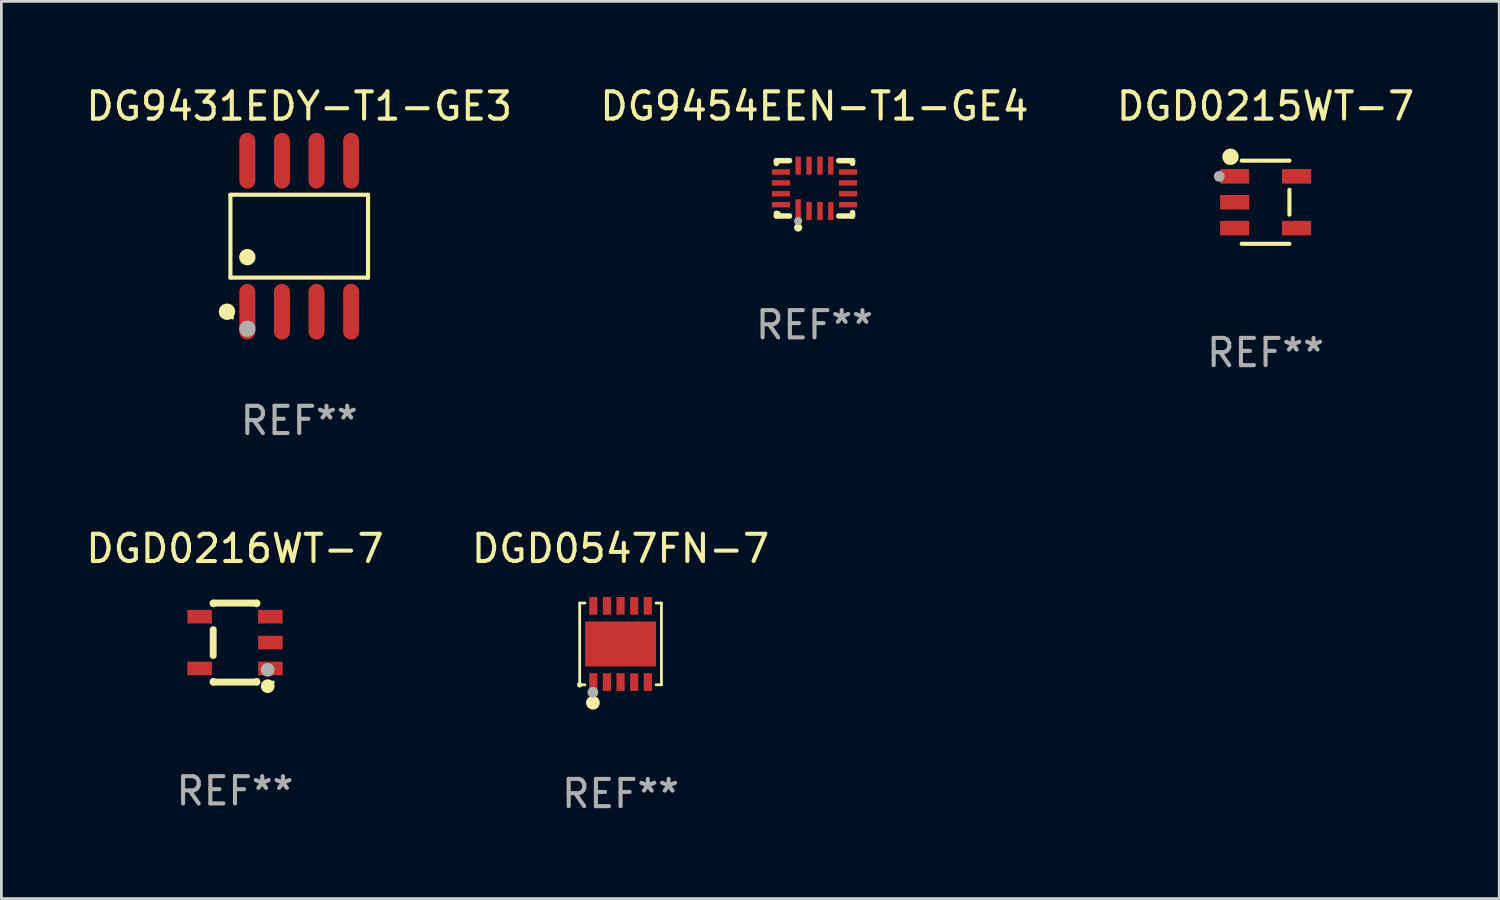
<source format=kicad_pcb>
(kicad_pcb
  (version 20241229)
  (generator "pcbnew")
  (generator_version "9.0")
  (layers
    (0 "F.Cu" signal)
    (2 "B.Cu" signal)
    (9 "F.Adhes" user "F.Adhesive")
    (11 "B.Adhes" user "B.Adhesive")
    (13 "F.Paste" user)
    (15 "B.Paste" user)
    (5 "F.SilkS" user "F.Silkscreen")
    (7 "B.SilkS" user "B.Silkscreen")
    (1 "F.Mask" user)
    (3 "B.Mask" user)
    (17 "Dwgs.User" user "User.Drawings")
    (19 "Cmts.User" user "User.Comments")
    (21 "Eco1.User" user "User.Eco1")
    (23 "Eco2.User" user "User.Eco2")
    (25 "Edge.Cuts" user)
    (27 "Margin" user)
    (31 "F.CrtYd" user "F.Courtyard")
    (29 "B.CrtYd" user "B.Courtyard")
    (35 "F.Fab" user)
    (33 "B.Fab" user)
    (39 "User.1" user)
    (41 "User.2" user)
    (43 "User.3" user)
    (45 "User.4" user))
  (footprint "DGD0547FN-7"
    (layer "F.Cu")
    (at 19.732 20.59)
    (property "Reference" "DGD0547FN-7" (at 0 -3.5 0) (layer "F.SilkS") (effects (font (size 1 1) (thickness 0.15))))
    (attr through_hole)
    (fp_line (start -1.5 -1.5) (end -1.305 -1.5) (stroke (width 0.102) (type solid)) (layer "F.SilkS"))
    (fp_line (start -1.5 1.5) (end -1.5 -1.5) (stroke (width 0.102) (type solid)) (layer "F.SilkS"))
    (fp_line (start -1.5 1.5) (end -1.305 1.5) (stroke (width 0.102) (type solid)) (layer "F.SilkS"))
    (fp_line (start 1.305 -1.5) (end 1.5 -1.5) (stroke (width 0.102) (type solid)) (layer "F.SilkS"))
    (fp_line (start 1.305 1.5) (end 1.5 1.5) (stroke (width 0.102) (type solid)) (layer "F.SilkS"))
    (fp_line (start 1.5 1.5) (end 1.5 -1.5) (stroke (width 0.102) (type solid)) (layer "F.SilkS"))
    (fp_circle (center -1.5 1.5) (end -1.45 1.5) (stroke (width 0.1) (type solid)) (fill no) (layer "F.SilkS"))
    (fp_circle (center -1.016 2.159) (end -0.889 2.159) (stroke (width 0.254) (type solid)) (fill no) (layer "F.SilkS"))
    (fp_circle (center -1.016 1.778) (end -0.916 1.778) (stroke (width 0.2) (type solid)) (fill no) (layer "F.Fab"))
    (fp_text user "REF**" (at 0 5.5 0) (layer "F.Fab") (effects (font (size 1 1) (thickness 0.15))))
    (pad "1" smd rect (at -1 1.4) (size 0.3 0.65) (layers "F.Cu" "F.Mask" "F.Paste"))
    (pad "2" smd rect (at -0.5 1.4) (size 0.3 0.65) (layers "F.Cu" "F.Mask" "F.Paste"))
    (pad "3" smd rect (at 0.000127 1.4) (size 0.3 0.65) (layers "F.Cu" "F.Mask" "F.Paste"))
    (pad "4" smd rect (at 0.5 1.4) (size 0.3 0.65) (layers "F.Cu" "F.Mask" "F.Paste"))
    (pad "5" smd rect (at 1 1.4) (size 0.3 0.65) (layers "F.Cu" "F.Mask" "F.Paste"))
    (pad "6" smd rect (at 1 -1.4) (size 0.3 0.65) (layers "F.Cu" "F.Mask" "F.Paste"))
    (pad "7" smd rect (at 0.5 -1.4) (size 0.3 0.65) (layers "F.Cu" "F.Mask" "F.Paste"))
    (pad "8" smd rect (at 0.000127 -1.4) (size 0.3 0.65) (layers "F.Cu" "F.Mask" "F.Paste"))
    (pad "9" smd rect (at -0.5 -1.4) (size 0.3 0.65) (layers "F.Cu" "F.Mask" "F.Paste"))
    (pad "10" smd rect (at -1 -1.4) (size 0.3 0.65) (layers "F.Cu" "F.Mask" "F.Paste"))
    (pad "11" smd rect (at 0.000381 0 90) (size 1.65 2.6) (layers "F.Cu" "F.Mask" "F.Paste")))
  (footprint "DGD0215WT-7"
    (layer "F.Cu")
    (at 43.411 4.374)
    (property "Reference" "DGD0215WT-7" (at 0 -3.526 0) (layer "F.SilkS") (effects (font (size 1 1) (thickness 0.15))))
    (attr through_hole)
    (fp_line (start -0.876 -1.526) (end 0.876 -1.526) (stroke (width 0.152) (type solid)) (layer "F.SilkS"))
    (fp_line (start -0.876 1.526) (end 0.876 1.526) (stroke (width 0.152) (type solid)) (layer "F.SilkS"))
    (fp_line (start 0.876 0.455) (end 0.876 -0.455) (stroke (width 0.152) (type solid)) (layer "F.SilkS"))
    (fp_circle (center -1.4 -1.45) (end -1.37 -1.45) (stroke (width 0.06) (type solid)) (fill no) (layer "F.SilkS"))
    (fp_circle (center -1.287 -1.668) (end -1.137 -1.668) (stroke (width 0.3) (type solid)) (fill no) (layer "F.SilkS"))
    (fp_circle (center -1.7 -0.95) (end -1.6 -0.95) (stroke (width 0.2) (type solid)) (fill no) (layer "F.Fab"))
    (fp_text user "REF**" (at 0 5.526 0) (layer "F.Fab") (effects (font (size 1 1) (thickness 0.15))))
    (pad "1" smd rect (at -1.135 -0.95 270) (size 0.532 1.07) (layers "F.Cu" "F.Mask" "F.Paste"))
    (pad "2" smd rect (at -1.135 0 270) (size 0.532 1.07) (layers "F.Cu" "F.Mask" "F.Paste"))
    (pad "3" smd rect (at -1.135 0.95 270) (size 0.532 1.07) (layers "F.Cu" "F.Mask" "F.Paste"))
    (pad "4" smd rect (at 1.135 0.95 270) (size 0.532 1.07) (layers "F.Cu" "F.Mask" "F.Paste"))
    (pad "5" smd rect (at 1.135 -0.95 270) (size 0.532 1.07) (layers "F.Cu" "F.Mask" "F.Paste")))
  (footprint "DG9431EDY-T1-GE3"
    (layer "F.Cu")
    (at 7.935 5.621)
    (property "Reference" "DG9431EDY-T1-GE3" (at 0 -4.772 0) (layer "F.SilkS") (effects (font (size 1 1) (thickness 0.15))))
    (attr through_hole)
    (fp_line (start -2.526 -1.521) (end 2.526 -1.521) (stroke (width 0.152) (type solid)) (layer "F.SilkS"))
    (fp_line (start -2.526 1.521) (end -2.526 -1.521) (stroke (width 0.152) (type solid)) (layer "F.SilkS"))
    (fp_line (start 2.526 -1.521) (end 2.526 1.521) (stroke (width 0.152) (type solid)) (layer "F.SilkS"))
    (fp_line (start 2.526 1.521) (end -2.526 1.521) (stroke (width 0.152) (type solid)) (layer "F.SilkS"))
    (fp_circle (center -2.652 2.772) (end -2.501 2.772) (stroke (width 0.3) (type solid)) (fill no) (layer "F.SilkS"))
    (fp_circle (center -2.45 3) (end -2.42 3) (stroke (width 0.06) (type solid)) (fill no) (layer "F.SilkS"))
    (fp_circle (center -1.905 0.769) (end -1.755 0.769) (stroke (width 0.3) (type solid)) (fill no) (layer "F.SilkS"))
    (fp_circle (center -1.905 3.4) (end -1.755 3.4) (stroke (width 0.3) (type solid)) (fill no) (layer "F.Fab"))
    (fp_text user "REF**" (at 0 6.772 0) (layer "F.Fab") (effects (font (size 1 1) (thickness 0.15))))
    (pad "1" smd oval (at -1.905 2.772) (size 0.588 2.045) (layers "F.Cu" "F.Mask" "F.Paste"))
    (pad "2" smd oval (at -0.635 2.772) (size 0.588 2.045) (layers "F.Cu" "F.Mask" "F.Paste"))
    (pad "3" smd oval (at 0.635 2.772) (size 0.588 2.045) (layers "F.Cu" "F.Mask" "F.Paste"))
    (pad "4" smd oval (at 1.905 2.772) (size 0.588 2.045) (layers "F.Cu" "F.Mask" "F.Paste"))
    (pad "5" smd oval (at 1.905 -2.772) (size 0.588 2.045) (layers "F.Cu" "F.Mask" "F.Paste"))
    (pad "6" smd oval (at 0.635 -2.772) (size 0.588 2.045) (layers "F.Cu" "F.Mask" "F.Paste"))
    (pad "7" smd oval (at -0.635 -2.772) (size 0.588 2.045) (layers "F.Cu" "F.Mask" "F.Paste"))
    (pad "8" smd oval (at -1.905 -2.772) (size 0.588 2.045) (layers "F.Cu" "F.Mask" "F.Paste")))
  (footprint "DGD0216WT-7"
    (layer "F.Cu")
    (at 5.577 20.54)
    (property "Reference" "DGD0216WT-7" (at 0 -3.45 0) (layer "F.SilkS") (effects (font (size 1 1) (thickness 0.15))))
    (attr through_hole)
    (fp_line (start -0.8 -1.45) (end -0.8 -1.426) (stroke (width 0.254) (type solid)) (layer "F.SilkS"))
    (fp_line (start -0.8 -0.474) (end -0.8 0.474) (stroke (width 0.254) (type solid)) (layer "F.SilkS"))
    (fp_line (start -0.8 1.426) (end -0.8 1.45) (stroke (width 0.254) (type solid)) (layer "F.SilkS"))
    (fp_line (start 0.8 -1.45) (end -0.8 -1.45) (stroke (width 0.254) (type solid)) (layer "F.SilkS"))
    (fp_line (start 0.8 -1.426) (end 0.8 -1.45) (stroke (width 0.254) (type solid)) (layer "F.SilkS"))
    (fp_line (start 0.8 1.45) (end -0.8 1.45) (stroke (width 0.254) (type solid)) (layer "F.SilkS"))
    (fp_line (start 0.8 1.45) (end 0.8 1.426) (stroke (width 0.254) (type solid)) (layer "F.SilkS"))
    (fp_circle (center 1.2 1.6) (end 1.327 1.6) (stroke (width 0.254) (type solid)) (fill no) (layer "F.SilkS"))
    (fp_circle (center 1.4 1.45) (end 1.43 1.45) (stroke (width 0.06) (type solid)) (fill no) (layer "F.SilkS"))
    (fp_circle (center 1.2 1) (end 1.327 1) (stroke (width 0.254) (type solid)) (fill no) (layer "F.Fab"))
    (fp_text user "REF**" (at 0 5.45 0) (layer "F.Fab") (effects (font (size 1 1) (thickness 0.15))))
    (pad "1" smd rect (at 1.3 0.95 90) (size 0.5 0.9) (layers "F.Cu" "F.Mask" "F.Paste"))
    (pad "2" smd rect (at 1.3 -0.000102 90) (size 0.5 0.9) (layers "F.Cu" "F.Mask" "F.Paste"))
    (pad "3" smd rect (at 1.3 -0.95 90) (size 0.5 0.9) (layers "F.Cu" "F.Mask" "F.Paste"))
    (pad "4" smd rect (at -1.3 -0.95 90) (size 0.5 0.9) (layers "F.Cu" "F.Mask" "F.Paste"))
    (pad "5" smd rect (at -1.3 0.95 90) (size 0.5 0.9) (layers "F.Cu" "F.Mask" "F.Paste")))
  (footprint "DG9454EEN-T1-GE4"
    (layer "F.Cu")
    (at 26.851 3.864)
    (property "Reference" "DG9454EEN-T1-GE4" (at 0 -3.016 0) (layer "F.SilkS") (effects (font (size 1 1) (thickness 0.15))))
    (attr through_hole)
    (fp_line (start -1.397 -1.016) (end -1.397 -0.916) (stroke (width 0.2) (type solid)) (layer "F.SilkS"))
    (fp_line (start -1.397 0.916) (end -1.397 1.016) (stroke (width 0.2) (type solid)) (layer "F.SilkS"))
    (fp_line (start -1.397 1.016) (end -0.916 1.016) (stroke (width 0.2) (type solid)) (layer "F.SilkS"))
    (fp_line (start -0.916 -1.016) (end -1.397 -1.016) (stroke (width 0.2) (type solid)) (layer "F.SilkS"))
    (fp_line (start 0.889 -1.016) (end 1.397 -1.016) (stroke (width 0.2) (type solid)) (layer "F.SilkS"))
    (fp_line (start 1.397 -1.016) (end 1.397 -0.916) (stroke (width 0.2) (type solid)) (layer "F.SilkS"))
    (fp_line (start 1.397 0.889) (end 1.397 1.016) (stroke (width 0.2) (type solid)) (layer "F.SilkS"))
    (fp_line (start 1.397 1.016) (end 0.889 1.016) (stroke (width 0.2) (type solid)) (layer "F.SilkS"))
    (fp_circle (center -1.3 0.9) (end -1.27 0.9) (stroke (width 0.06) (type solid)) (fill no) (layer "F.SilkS"))
    (fp_circle (center -0.6 1.44) (end -0.525 1.44) (stroke (width 0.15) (type solid)) (fill no) (layer "F.SilkS"))
    (fp_circle (center -0.6 1.2) (end -0.525 1.2) (stroke (width 0.15) (type solid)) (fill no) (layer "F.Fab"))
    (fp_text user "REF**" (at 0 5.016 0) (layer "F.Fab") (effects (font (size 1 1) (thickness 0.15))))
    (pad "1" smd rect (at -0.6 0.782) (size 0.2 0.765) (layers "F.Cu" "F.Mask" "F.Paste"))
    (pad "2" smd rect (at -0.2 0.833) (size 0.2 0.665) (layers "F.Cu" "F.Mask" "F.Paste"))
    (pad "3" smd rect (at 0.2 0.833) (size 0.2 0.665) (layers "F.Cu" "F.Mask" "F.Paste"))
    (pad "4" smd rect (at 0.6 0.833) (size 0.2 0.665) (layers "F.Cu" "F.Mask" "F.Paste"))
    (pad "5" smd rect (at 1.232 0.6) (size 0.665 0.2) (layers "F.Cu" "F.Mask" "F.Paste"))
    (pad "6" smd rect (at 1.232 0.2) (size 0.665 0.2) (layers "F.Cu" "F.Mask" "F.Paste"))
    (pad "7" smd rect (at 1.232 -0.2) (size 0.665 0.2) (layers "F.Cu" "F.Mask" "F.Paste"))
    (pad "8" smd rect (at 1.232 -0.6) (size 0.665 0.2) (layers "F.Cu" "F.Mask" "F.Paste"))
    (pad "9" smd rect (at 0.6 -0.833) (size 0.2 0.665) (layers "F.Cu" "F.Mask" "F.Paste"))
    (pad "10" smd rect (at 0.2 -0.833) (size 0.2 0.665) (layers "F.Cu" "F.Mask" "F.Paste"))
    (pad "11" smd rect (at -0.2 -0.833) (size 0.2 0.665) (layers "F.Cu" "F.Mask" "F.Paste"))
    (pad "12" smd rect (at -0.6 -0.833) (size 0.2 0.665) (layers "F.Cu" "F.Mask" "F.Paste"))
    (pad "13" smd rect (at -1.232 -0.6) (size 0.665 0.2) (layers "F.Cu" "F.Mask" "F.Paste"))
    (pad "14" smd rect (at -1.232 -0.2) (size 0.665 0.2) (layers "F.Cu" "F.Mask" "F.Paste"))
    (pad "15" smd rect (at -1.232 0.2) (size 0.665 0.2) (layers "F.Cu" "F.Mask" "F.Paste"))
    (pad "16" smd rect (at -1.232 0.6) (size 0.665 0.2) (layers "F.Cu" "F.Mask" "F.Paste")))
  (gr_rect
    (start -3 -3)
    (end 51.988 29.938)
    (stroke (width 0.1) (type default))
    (fill no)
    (layer "Edge.Cuts")))
</source>
